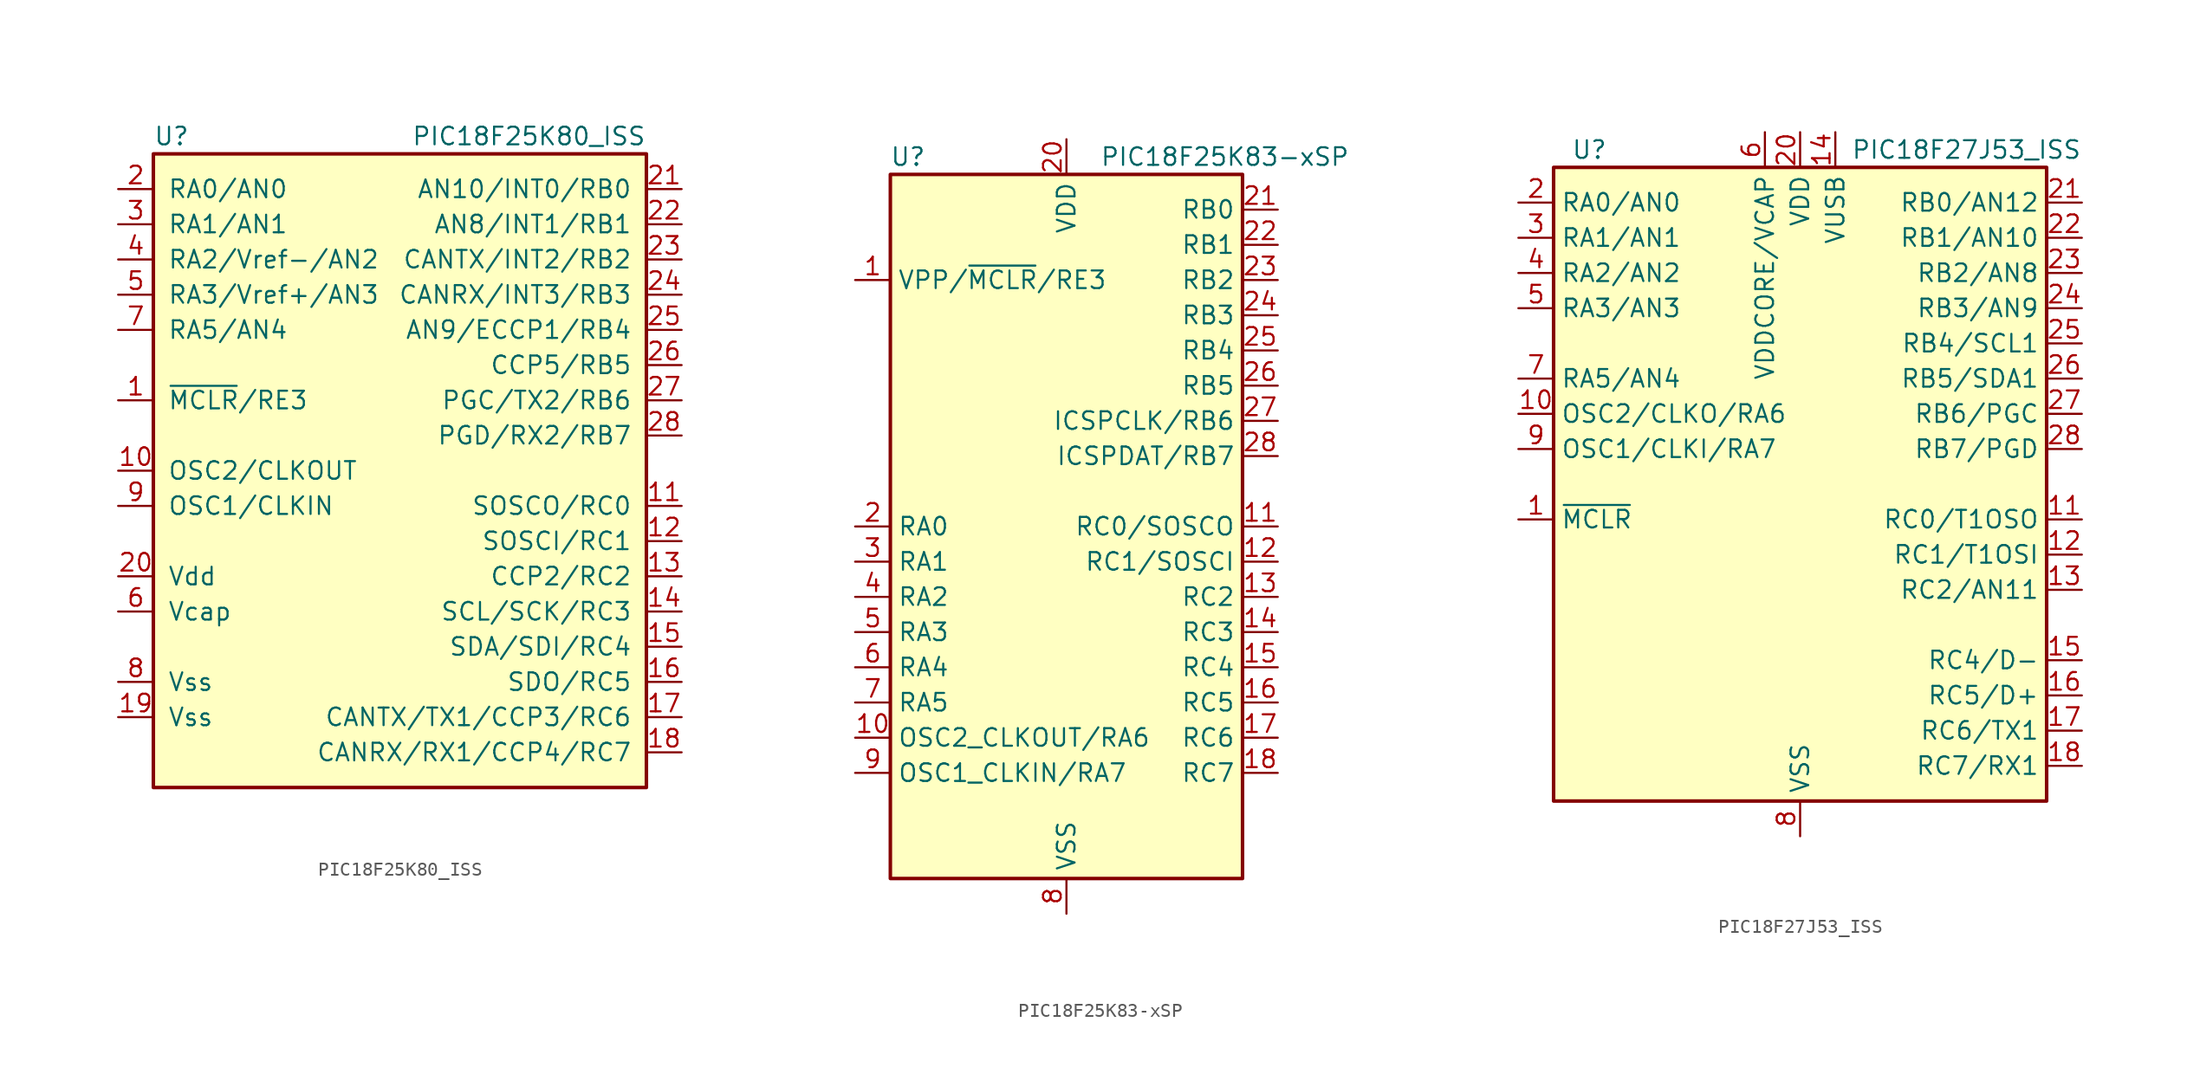
<source format=kicad_sym>
(kicad_symbol_lib
  (version 20201005)
  (generator kicad_symbol_editor)
  (symbol "MCU_Microchip_PIC18:PIC18F25K80_ISS"
    (pin_names
      (offset 1.016))
    (property "Reference" "U"
      (at -17.78 24.13 0)
      (effects (font (size 1.27 1.27)) (justify left)))
    (property "Value" "PIC18F25K80_ISS"
      (at 17.78 24.13 0)
      (effects (font (size 1.27 1.27)) (justify right)))
    (symbol "PIC18F25K80_ISS_0_1"
      (rectangle (start -17.78 22.86) (end 17.78 -22.86) (stroke (width 0.254)) (fill (type background))))
    (symbol "PIC18F25K80_ISS_1_1"
      (pin bidirectional line (at -20.32 5.08 0) (length 2.54) (name "~MCLR~/RE3" (effects (font (size 1.27 1.27)))) (number "1" (effects (font (size 1.27 1.27)))))
      (pin input line (at -20.32 0 0) (length 2.54) (name "OSC2/CLKOUT" (effects (font (size 1.27 1.27)))) (number "10" (effects (font (size 1.27 1.27)))))
      (pin bidirectional line (at 20.32 -2.54 180) (length 2.54) (name "SOSCO/RC0" (effects (font (size 1.27 1.27)))) (number "11" (effects (font (size 1.27 1.27)))))
      (pin bidirectional line (at 20.32 -5.08 180) (length 2.54) (name "SOSCI/RC1" (effects (font (size 1.27 1.27)))) (number "12" (effects (font (size 1.27 1.27)))))
      (pin bidirectional line (at 20.32 -7.62 180) (length 2.54) (name "CCP2/RC2" (effects (font (size 1.27 1.27)))) (number "13" (effects (font (size 1.27 1.27)))))
      (pin bidirectional line (at 20.32 -10.16 180) (length 2.54) (name "SCL/SCK/RC3" (effects (font (size 1.27 1.27)))) (number "14" (effects (font (size 1.27 1.27)))))
      (pin bidirectional line (at 20.32 -12.7 180) (length 2.54) (name "SDA/SDI/RC4" (effects (font (size 1.27 1.27)))) (number "15" (effects (font (size 1.27 1.27)))))
      (pin bidirectional line (at 20.32 -15.24 180) (length 2.54) (name "SDO/RC5" (effects (font (size 1.27 1.27)))) (number "16" (effects (font (size 1.27 1.27)))))
      (pin bidirectional line (at 20.32 -17.78 180) (length 2.54) (name "CANTX/TX1/CCP3/RC6" (effects (font (size 1.27 1.27)))) (number "17" (effects (font (size 1.27 1.27)))))
      (pin bidirectional line (at 20.32 -20.32 180) (length 2.54) (name "CANRX/RX1/CCP4/RC7" (effects (font (size 1.27 1.27)))) (number "18" (effects (font (size 1.27 1.27)))))
      (pin power_in line (at -20.32 -17.78 0) (length 2.54) (name "Vss" (effects (font (size 1.27 1.27)))) (number "19" (effects (font (size 1.27 1.27)))))
      (pin bidirectional line (at -20.32 20.32 0) (length 2.54) (name "RA0/AN0" (effects (font (size 1.27 1.27)))) (number "2" (effects (font (size 1.27 1.27)))))
      (pin power_in line (at -20.32 -7.62 0) (length 2.54) (name "Vdd" (effects (font (size 1.27 1.27)))) (number "20" (effects (font (size 1.27 1.27)))))
      (pin bidirectional line (at 20.32 20.32 180) (length 2.54) (name "AN10/INT0/RB0" (effects (font (size 1.27 1.27)))) (number "21" (effects (font (size 1.27 1.27)))))
      (pin bidirectional line (at 20.32 17.78 180) (length 2.54) (name "AN8/INT1/RB1" (effects (font (size 1.27 1.27)))) (number "22" (effects (font (size 1.27 1.27)))))
      (pin bidirectional line (at 20.32 15.24 180) (length 2.54) (name "CANTX/INT2/RB2" (effects (font (size 1.27 1.27)))) (number "23" (effects (font (size 1.27 1.27)))))
      (pin bidirectional line (at 20.32 12.7 180) (length 2.54) (name "CANRX/INT3/RB3" (effects (font (size 1.27 1.27)))) (number "24" (effects (font (size 1.27 1.27)))))
      (pin bidirectional line (at 20.32 10.16 180) (length 2.54) (name "AN9/ECCP1/RB4" (effects (font (size 1.27 1.27)))) (number "25" (effects (font (size 1.27 1.27)))))
      (pin bidirectional line (at 20.32 7.62 180) (length 2.54) (name "CCP5/RB5" (effects (font (size 1.27 1.27)))) (number "26" (effects (font (size 1.27 1.27)))))
      (pin bidirectional line (at 20.32 5.08 180) (length 2.54) (name "PGC/TX2/RB6" (effects (font (size 1.27 1.27)))) (number "27" (effects (font (size 1.27 1.27)))))
      (pin bidirectional line (at 20.32 2.54 180) (length 2.54) (name "PGD/RX2/RB7" (effects (font (size 1.27 1.27)))) (number "28" (effects (font (size 1.27 1.27)))))
      (pin bidirectional line (at -20.32 17.78 0) (length 2.54) (name "RA1/AN1" (effects (font (size 1.27 1.27)))) (number "3" (effects (font (size 1.27 1.27)))))
      (pin bidirectional line (at -20.32 15.24 0) (length 2.54) (name "RA2/Vref-/AN2" (effects (font (size 1.27 1.27)))) (number "4" (effects (font (size 1.27 1.27)))))
      (pin bidirectional line (at -20.32 12.7 0) (length 2.54) (name "RA3/Vref+/AN3" (effects (font (size 1.27 1.27)))) (number "5" (effects (font (size 1.27 1.27)))))
      (pin power_in line (at -20.32 -10.16 0) (length 2.54) (name "Vcap" (effects (font (size 1.27 1.27)))) (number "6" (effects (font (size 1.27 1.27)))))
      (pin bidirectional line (at -20.32 10.16 0) (length 2.54) (name "RA5/AN4" (effects (font (size 1.27 1.27)))) (number "7" (effects (font (size 1.27 1.27)))))
      (pin power_in line (at -20.32 -15.24 0) (length 2.54) (name "Vss" (effects (font (size 1.27 1.27)))) (number "8" (effects (font (size 1.27 1.27)))))
      (pin input line (at -20.32 -2.54 0) (length 2.54) (name "OSC1/CLKIN" (effects (font (size 1.27 1.27)))) (number "9" (effects (font (size 1.27 1.27)))))))
  (symbol "MCU_Microchip_PIC18:PIC18F25K83-xSP"
    (property "Reference" "U"
      (at -11.43 26.67 0)
      (effects (font (size 1.27 1.27))))
    (property "Value" "PIC18F25K83-xSP"
      (at 11.43 26.67 0)
      (effects (font (size 1.27 1.27))))
    (symbol "PIC18F25K83-xSP_0_1"
      (rectangle (start -12.7 -25.4) (end 12.7 25.4) (stroke (width 0.254)) (fill (type background))))
    (symbol "PIC18F25K83-xSP_1_1"
      (pin input line (at -15.24 17.78 0) (length 2.54) (name "VPP/~MCLR~/RE3" (effects (font (size 1.27 1.27)))) (number "1" (effects (font (size 1.27 1.27)))))
      (pin bidirectional line (at -15.24 -15.24 0) (length 2.54) (name "OSC2_CLKOUT/RA6" (effects (font (size 1.27 1.27)))) (number "10" (effects (font (size 1.27 1.27)))))
      (pin bidirectional line (at 15.24 0 180) (length 2.54) (name "RC0/SOSCO" (effects (font (size 1.27 1.27)))) (number "11" (effects (font (size 1.27 1.27)))))
      (pin bidirectional line (at 15.24 -2.54 180) (length 2.54) (name "RC1/SOSCI" (effects (font (size 1.27 1.27)))) (number "12" (effects (font (size 1.27 1.27)))))
      (pin bidirectional line (at 15.24 -5.08 180) (length 2.54) (name "RC2" (effects (font (size 1.27 1.27)))) (number "13" (effects (font (size 1.27 1.27)))))
      (pin bidirectional line (at 15.24 -7.62 180) (length 2.54) (name "RC3" (effects (font (size 1.27 1.27)))) (number "14" (effects (font (size 1.27 1.27)))))
      (pin bidirectional line (at 15.24 -10.16 180) (length 2.54) (name "RC4" (effects (font (size 1.27 1.27)))) (number "15" (effects (font (size 1.27 1.27)))))
      (pin bidirectional line (at 15.24 -12.7 180) (length 2.54) (name "RC5" (effects (font (size 1.27 1.27)))) (number "16" (effects (font (size 1.27 1.27)))))
      (pin bidirectional line (at 15.24 -15.24 180) (length 2.54) (name "RC6" (effects (font (size 1.27 1.27)))) (number "17" (effects (font (size 1.27 1.27)))))
      (pin bidirectional line (at 15.24 -17.78 180) (length 2.54) (name "RC7" (effects (font (size 1.27 1.27)))) (number "18" (effects (font (size 1.27 1.27)))))
      (pin passive line (at 0 -27.94 90) (length 2.54) hide (name "VSS" (effects (font (size 1.27 1.27)))) (number "19" (effects (font (size 1.27 1.27)))))
      (pin bidirectional line (at -15.24 0 0) (length 2.54) (name "RA0" (effects (font (size 1.27 1.27)))) (number "2" (effects (font (size 1.27 1.27)))))
      (pin power_in line (at 0 27.94 270) (length 2.54) (name "VDD" (effects (font (size 1.27 1.27)))) (number "20" (effects (font (size 1.27 1.27)))))
      (pin bidirectional line (at 15.24 22.86 180) (length 2.54) (name "RB0" (effects (font (size 1.27 1.27)))) (number "21" (effects (font (size 1.27 1.27)))))
      (pin bidirectional line (at 15.24 20.32 180) (length 2.54) (name "RB1" (effects (font (size 1.27 1.27)))) (number "22" (effects (font (size 1.27 1.27)))))
      (pin bidirectional line (at 15.24 17.78 180) (length 2.54) (name "RB2" (effects (font (size 1.27 1.27)))) (number "23" (effects (font (size 1.27 1.27)))))
      (pin bidirectional line (at 15.24 15.24 180) (length 2.54) (name "RB3" (effects (font (size 1.27 1.27)))) (number "24" (effects (font (size 1.27 1.27)))))
      (pin bidirectional line (at 15.24 12.7 180) (length 2.54) (name "RB4" (effects (font (size 1.27 1.27)))) (number "25" (effects (font (size 1.27 1.27)))))
      (pin bidirectional line (at 15.24 10.16 180) (length 2.54) (name "RB5" (effects (font (size 1.27 1.27)))) (number "26" (effects (font (size 1.27 1.27)))))
      (pin bidirectional line (at 15.24 7.62 180) (length 2.54) (name "ICSPCLK/RB6" (effects (font (size 1.27 1.27)))) (number "27" (effects (font (size 1.27 1.27)))))
      (pin bidirectional line (at 15.24 5.08 180) (length 2.54) (name "ICSPDAT/RB7" (effects (font (size 1.27 1.27)))) (number "28" (effects (font (size 1.27 1.27)))))
      (pin bidirectional line (at -15.24 -2.54 0) (length 2.54) (name "RA1" (effects (font (size 1.27 1.27)))) (number "3" (effects (font (size 1.27 1.27)))))
      (pin bidirectional line (at -15.24 -5.08 0) (length 2.54) (name "RA2" (effects (font (size 1.27 1.27)))) (number "4" (effects (font (size 1.27 1.27)))))
      (pin bidirectional line (at -15.24 -7.62 0) (length 2.54) (name "RA3" (effects (font (size 1.27 1.27)))) (number "5" (effects (font (size 1.27 1.27)))))
      (pin bidirectional line (at -15.24 -10.16 0) (length 2.54) (name "RA4" (effects (font (size 1.27 1.27)))) (number "6" (effects (font (size 1.27 1.27)))))
      (pin bidirectional line (at -15.24 -12.7 0) (length 2.54) (name "RA5" (effects (font (size 1.27 1.27)))) (number "7" (effects (font (size 1.27 1.27)))))
      (pin power_in line (at 0 -27.94 90) (length 2.54) (name "VSS" (effects (font (size 1.27 1.27)))) (number "8" (effects (font (size 1.27 1.27)))))
      (pin bidirectional line (at -15.24 -17.78 0) (length 2.54) (name "OSC1_CLKIN/RA7" (effects (font (size 1.27 1.27)))) (number "9" (effects (font (size 1.27 1.27)))))))
  (symbol "MCU_Microchip_PIC18:PIC18F27J53_ISS"
    (property "Reference" "U"
      (at -16.51 24.13 0)
      (effects (font (size 1.27 1.27)) (justify left)))
    (property "Value" "PIC18F27J53_ISS"
      (at 20.32 24.13 0)
      (effects (font (size 1.27 1.27)) (justify right)))
    (symbol "PIC18F27J53_ISS_0_1"
      (rectangle (start 17.78 -22.86) (end -17.78 22.86) (stroke (width 0.254)) (fill (type background))))
    (symbol "PIC18F27J53_ISS_1_1"
      (pin input line (at -20.32 -2.54 0) (length 2.54) (name "~MCLR~" (effects (font (size 1.27 1.27)))) (number "1" (effects (font (size 1.27 1.27)))))
      (pin bidirectional line (at -20.32 5.08 0) (length 2.54) (name "OSC2/CLKO/RA6" (effects (font (size 1.27 1.27)))) (number "10" (effects (font (size 1.27 1.27)))))
      (pin bidirectional line (at 20.32 -2.54 180) (length 2.54) (name "RC0/T1OSO" (effects (font (size 1.27 1.27)))) (number "11" (effects (font (size 1.27 1.27)))))
      (pin bidirectional line (at 20.32 -5.08 180) (length 2.54) (name "RC1/T1OSI" (effects (font (size 1.27 1.27)))) (number "12" (effects (font (size 1.27 1.27)))))
      (pin bidirectional line (at 20.32 -7.62 180) (length 2.54) (name "RC2/AN11" (effects (font (size 1.27 1.27)))) (number "13" (effects (font (size 1.27 1.27)))))
      (pin power_in line (at 2.54 25.4 270) (length 2.54) (name "VUSB" (effects (font (size 1.27 1.27)))) (number "14" (effects (font (size 1.27 1.27)))))
      (pin bidirectional line (at 20.32 -12.7 180) (length 2.54) (name "RC4/D-" (effects (font (size 1.27 1.27)))) (number "15" (effects (font (size 1.27 1.27)))))
      (pin bidirectional line (at 20.32 -15.24 180) (length 2.54) (name "RC5/D+" (effects (font (size 1.27 1.27)))) (number "16" (effects (font (size 1.27 1.27)))))
      (pin bidirectional line (at 20.32 -17.78 180) (length 2.54) (name "RC6/TX1" (effects (font (size 1.27 1.27)))) (number "17" (effects (font (size 1.27 1.27)))))
      (pin bidirectional line (at 20.32 -20.32 180) (length 2.54) (name "RC7/RX1" (effects (font (size 1.27 1.27)))) (number "18" (effects (font (size 1.27 1.27)))))
      (pin passive line (at 0 -25.4 90) (length 2.54) hide (name "VSS" (effects (font (size 1.27 1.27)))) (number "19" (effects (font (size 1.27 1.27)))))
      (pin bidirectional line (at -20.32 20.32 0) (length 2.54) (name "RA0/AN0" (effects (font (size 1.27 1.27)))) (number "2" (effects (font (size 1.27 1.27)))))
      (pin power_in line (at 0 25.4 270) (length 2.54) (name "VDD" (effects (font (size 1.27 1.27)))) (number "20" (effects (font (size 1.27 1.27)))))
      (pin bidirectional line (at 20.32 20.32 180) (length 2.54) (name "RB0/AN12" (effects (font (size 1.27 1.27)))) (number "21" (effects (font (size 1.27 1.27)))))
      (pin bidirectional line (at 20.32 17.78 180) (length 2.54) (name "RB1/AN10" (effects (font (size 1.27 1.27)))) (number "22" (effects (font (size 1.27 1.27)))))
      (pin bidirectional line (at 20.32 15.24 180) (length 2.54) (name "RB2/AN8" (effects (font (size 1.27 1.27)))) (number "23" (effects (font (size 1.27 1.27)))))
      (pin bidirectional line (at 20.32 12.7 180) (length 2.54) (name "RB3/AN9" (effects (font (size 1.27 1.27)))) (number "24" (effects (font (size 1.27 1.27)))))
      (pin bidirectional line (at 20.32 10.16 180) (length 2.54) (name "RB4/SCL1" (effects (font (size 1.27 1.27)))) (number "25" (effects (font (size 1.27 1.27)))))
      (pin bidirectional line (at 20.32 7.62 180) (length 2.54) (name "RB5/SDA1" (effects (font (size 1.27 1.27)))) (number "26" (effects (font (size 1.27 1.27)))))
      (pin bidirectional line (at 20.32 5.08 180) (length 2.54) (name "RB6/PGC" (effects (font (size 1.27 1.27)))) (number "27" (effects (font (size 1.27 1.27)))))
      (pin bidirectional line (at 20.32 2.54 180) (length 2.54) (name "RB7/PGD" (effects (font (size 1.27 1.27)))) (number "28" (effects (font (size 1.27 1.27)))))
      (pin bidirectional line (at -20.32 17.78 0) (length 2.54) (name "RA1/AN1" (effects (font (size 1.27 1.27)))) (number "3" (effects (font (size 1.27 1.27)))))
      (pin bidirectional line (at -20.32 15.24 0) (length 2.54) (name "RA2/AN2" (effects (font (size 1.27 1.27)))) (number "4" (effects (font (size 1.27 1.27)))))
      (pin bidirectional line (at -20.32 12.7 0) (length 2.54) (name "RA3/AN3" (effects (font (size 1.27 1.27)))) (number "5" (effects (font (size 1.27 1.27)))))
      (pin power_in line (at -2.54 25.4 270) (length 2.54) (name "VDDCORE/VCAP" (effects (font (size 1.27 1.27)))) (number "6" (effects (font (size 1.27 1.27)))))
      (pin bidirectional line (at -20.32 7.62 0) (length 2.54) (name "RA5/AN4" (effects (font (size 1.27 1.27)))) (number "7" (effects (font (size 1.27 1.27)))))
      (pin power_in line (at 0 -25.4 90) (length 2.54) (name "VSS" (effects (font (size 1.27 1.27)))) (number "8" (effects (font (size 1.27 1.27)))))
      (pin bidirectional line (at -20.32 2.54 0) (length 2.54) (name "OSC1/CLKI/RA7" (effects (font (size 1.27 1.27)))) (number "9" (effects (font (size 1.27 1.27))))))))
</source>
